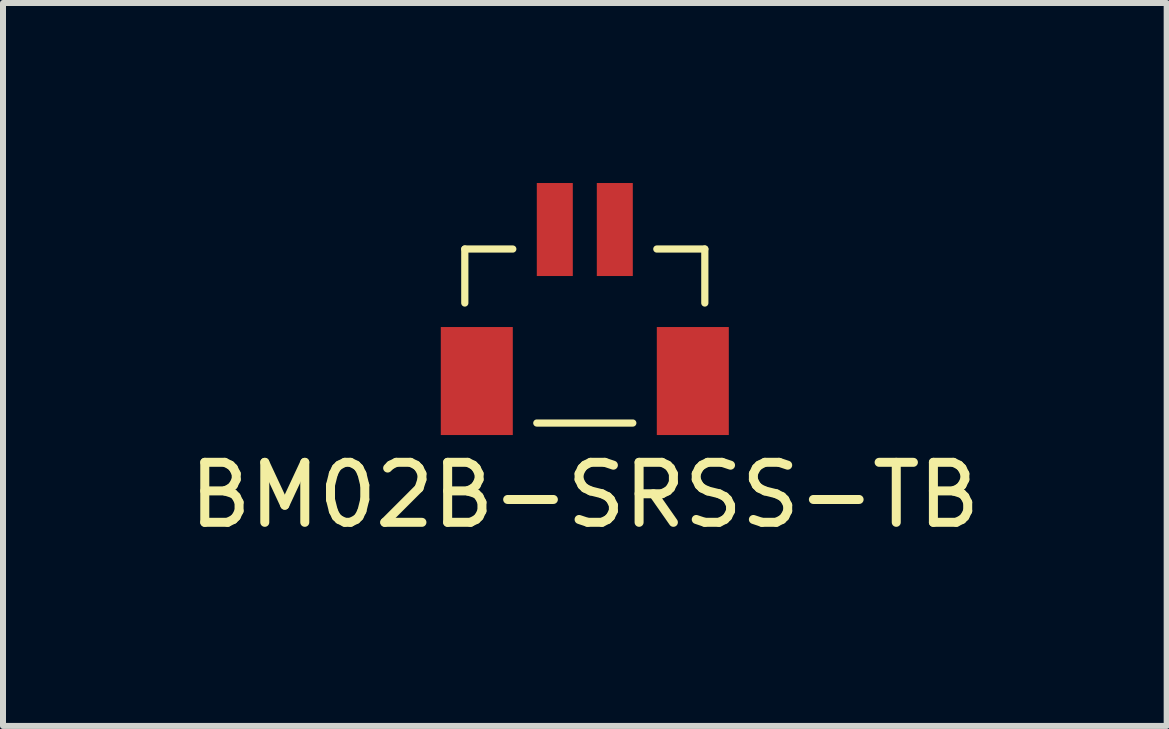
<source format=kicad_pcb>
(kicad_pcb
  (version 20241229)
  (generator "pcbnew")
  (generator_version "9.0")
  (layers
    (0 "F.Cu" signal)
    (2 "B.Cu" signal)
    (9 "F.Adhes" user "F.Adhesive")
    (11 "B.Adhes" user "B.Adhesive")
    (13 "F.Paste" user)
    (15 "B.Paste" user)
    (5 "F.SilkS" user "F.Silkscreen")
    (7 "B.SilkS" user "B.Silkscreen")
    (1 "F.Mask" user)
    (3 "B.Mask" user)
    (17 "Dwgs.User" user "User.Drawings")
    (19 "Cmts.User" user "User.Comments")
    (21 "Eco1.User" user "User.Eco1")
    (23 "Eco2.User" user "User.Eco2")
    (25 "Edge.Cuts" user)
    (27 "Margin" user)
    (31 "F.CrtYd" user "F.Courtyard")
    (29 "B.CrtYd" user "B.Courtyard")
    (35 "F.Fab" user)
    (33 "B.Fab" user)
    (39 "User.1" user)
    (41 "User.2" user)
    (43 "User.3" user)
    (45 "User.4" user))
  (footprint "BM02B-SRSS-TB"
    (layer "F.Cu")
    (at 6.696 2)
    (property "Reference" "BM02B-SRSS-TB" (at 0 3.2 0) (layer "F.SilkS") (effects (font (size 1 1) (thickness 0.15))))
    (attr smd)
    (fp_line (start -2 -0.9) (end -2 0) (stroke (width 0.12) (type solid)) (layer "F.SilkS"))
    (fp_line (start -1.2 -0.9) (end -2 -0.9) (stroke (width 0.12) (type solid)) (layer "F.SilkS"))
    (fp_line (start -0.8 2) (end 0.8 2) (stroke (width 0.12) (type solid)) (layer "F.SilkS"))
    (fp_line (start 2 -0.9) (end 1.2 -0.9) (stroke (width 0.12) (type solid)) (layer "F.SilkS"))
    (fp_line (start 2 -0.9) (end 2 0) (stroke (width 0.12) (type solid)) (layer "F.SilkS"))
    (pad "" smd rect (at -1.8 1.3) (size 1.2 1.8) (layers "F.Cu" "F.Mask" "F.Paste"))
    (pad "" smd rect (at 1.8 1.3) (size 1.2 1.8) (layers "F.Cu" "F.Mask" "F.Paste"))
    (pad "1" smd rect (at -0.5 -1.225) (size 0.6 1.55) (layers "F.Cu" "F.Mask" "F.Paste"))
    (pad "2" smd rect (at 0.5 -1.225) (size 0.6 1.55) (layers "F.Cu" "F.Mask" "F.Paste")))
  (gr_rect
    (start -3 -3)
    (end 16.393 9.048)
    (stroke (width 0.1) (type default))
    (fill no)
    (layer "Edge.Cuts")))
</source>
